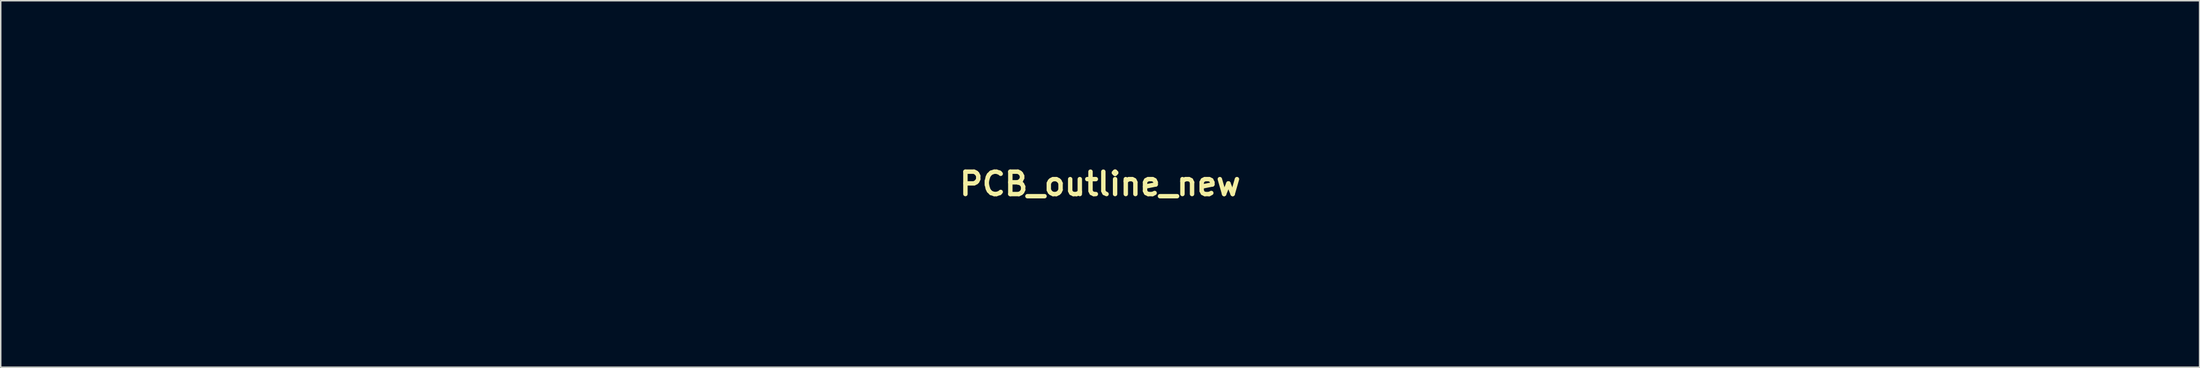
<source format=kicad_pcb>
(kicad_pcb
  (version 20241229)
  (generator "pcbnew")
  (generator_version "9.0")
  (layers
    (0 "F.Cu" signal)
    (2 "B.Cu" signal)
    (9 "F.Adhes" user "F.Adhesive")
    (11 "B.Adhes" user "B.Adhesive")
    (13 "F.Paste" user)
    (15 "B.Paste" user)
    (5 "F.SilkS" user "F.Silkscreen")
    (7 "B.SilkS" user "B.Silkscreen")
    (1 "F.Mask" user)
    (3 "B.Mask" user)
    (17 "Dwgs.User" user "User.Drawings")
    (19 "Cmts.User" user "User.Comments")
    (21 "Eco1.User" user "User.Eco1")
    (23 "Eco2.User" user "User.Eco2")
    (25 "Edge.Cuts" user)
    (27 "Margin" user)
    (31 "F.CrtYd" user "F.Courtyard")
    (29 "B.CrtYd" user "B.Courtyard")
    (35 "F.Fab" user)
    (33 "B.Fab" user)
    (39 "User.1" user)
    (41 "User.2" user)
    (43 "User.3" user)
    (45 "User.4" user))
  (footprint "PCB_outline_new"
    (layer "F.Cu")
    (at 71.634 9.467)
    (property "Reference" "PCB_outline_new" (at 0 0 0) (layer "F.SilkS") (effects (font (size 1.524 1.524) (thickness 0.3))))
    (attr through_hole)
    (fp_poly (pts (xy -36.276 -9.462) (xy -34.532 -9.462) (xy -32.736 -9.462) (xy -30.887 -9.462) (xy -28.985 -9.462) (xy -27.029 -9.462) (xy -25.018 -9.462) (xy -22.952 -9.461) (xy -20.831 -9.461) (xy -18.653 -9.461) (xy -16.419 -9.461) (xy -14.127 -9.46) (xy -11.777 -9.46) (xy -9.369 -9.46) (xy -6.902 -9.459) (xy -4.374 -9.459) (xy -1.787 -9.458) (xy 0.061 -9.458) (xy 2.134 -9.458) (xy 4.193 -9.457) (xy 6.237 -9.457) (xy 8.264 -9.457) (xy 10.275 -9.456) (xy 12.268 -9.456) (xy 14.242 -9.455) (xy 16.196 -9.455) (xy 18.13 -9.454) (xy 20.043 -9.454) (xy 21.934 -9.453) (xy 23.802 -9.453) (xy 25.646 -9.452) (xy 27.465 -9.452) (xy 29.259 -9.451) (xy 31.026 -9.45) (xy 32.766 -9.45) (xy 34.478 -9.449) (xy 36.161 -9.449) (xy 37.814 -9.448) (xy 39.436 -9.447) (xy 41.027 -9.447) (xy 42.586 -9.446) (xy 44.111 -9.445) (xy 45.601 -9.445) (xy 47.057 -9.444) (xy 48.477 -9.443) (xy 49.86 -9.443) (xy 51.206 -9.442) (xy 52.513 -9.441) (xy 53.781 -9.441) (xy 55.009 -9.44) (xy 56.195 -9.439) (xy 57.34 -9.438) (xy 58.442 -9.438) (xy 59.501 -9.437) (xy 60.514 -9.436) (xy 61.483 -9.436) (xy 62.405 -9.435) (xy 63.281 -9.434) (xy 64.108 -9.433) (xy 64.886 -9.433) (xy 65.615 -9.432) (xy 66.294 -9.431) (xy 66.921 -9.43) (xy 67.496 -9.43) (xy 68.017 -9.429) (xy 68.485 -9.428) (xy 68.898 -9.428) (xy 69.255 -9.427) (xy 69.556 -9.426) (xy 69.8 -9.425) (xy 69.985 -9.425) (xy 70.111 -9.424) (xy 70.177 -9.423) (xy 70.187 -9.423) (xy 70.271 -9.403) (xy 70.326 -9.38) (xy 70.335 -9.372) (xy 70.376 -9.349) (xy 70.41 -9.345) (xy 70.484 -9.326) (xy 70.591 -9.275) (xy 70.717 -9.201) (xy 70.848 -9.112) (xy 70.972 -9.016) (xy 71.058 -8.939) (xy 71.185 -8.807) (xy 71.281 -8.684) (xy 71.366 -8.544) (xy 71.426 -8.426) (xy 71.459 -8.359) (xy 71.488 -8.3) (xy 71.513 -8.243) (xy 71.536 -8.186) (xy 71.556 -8.124) (xy 71.572 -8.053) (xy 71.587 -7.971) (xy 71.599 -7.872) (xy 71.608 -7.754) (xy 71.616 -7.612) (xy 71.622 -7.444) (xy 71.627 -7.244) (xy 71.63 -7.009) (xy 71.632 -6.736) (xy 71.634 -6.42) (xy 71.635 -6.058) (xy 71.635 -5.647) (xy 71.635 -5.181) (xy 71.635 -4.658) (xy 71.635 -1.501) (xy 70.854 -1.501) (xy 70.56 -1.5) (xy 70.321 -1.495) (xy 70.13 -1.486) (xy 69.981 -1.472) (xy 69.869 -1.454) (xy 69.785 -1.429) (xy 69.735 -1.405) (xy 69.673 -1.371) (xy 69.61 -1.34) (xy 69.514 -1.28) (xy 69.409 -1.193) (xy 69.305 -1.091) (xy 69.216 -0.986) (xy 69.151 -0.891) (xy 69.123 -0.818) (xy 69.122 -0.811) (xy 69.106 -0.742) (xy 69.087 -0.712) (xy 69.069 -0.663) (xy 69.057 -0.561) (xy 69.052 -0.413) (xy 69.052 -0.371) (xy 69.054 -0.222) (xy 69.062 -0.116) (xy 69.079 -0.031) (xy 69.109 0.05) (xy 69.136 0.107) (xy 69.264 0.308) (xy 69.433 0.484) (xy 69.629 0.623) (xy 69.839 0.714) (xy 69.873 0.723) (xy 69.927 0.73) (xy 70.034 0.736) (xy 70.184 0.743) (xy 70.368 0.748) (xy 70.577 0.753) (xy 70.801 0.757) (xy 71.637 0.768) (xy 71.626 1.387) (xy 71.621 1.582) (xy 71.615 1.761) (xy 71.608 1.914) (xy 71.6 2.028) (xy 71.593 2.094) (xy 71.592 2.099) (xy 71.534 2.277) (xy 71.447 2.47) (xy 71.342 2.663) (xy 71.227 2.839) (xy 71.112 2.982) (xy 71.041 3.051) (xy 70.902 3.163) (xy 70.804 3.236) (xy 70.743 3.273) (xy 70.723 3.278) (xy 70.683 3.299) (xy 70.639 3.34) (xy 70.585 3.386) (xy 70.547 3.401) (xy 70.501 3.422) (xy 70.455 3.462) (xy 70.401 3.508) (xy 70.363 3.524) (xy 70.317 3.544) (xy 70.271 3.585) (xy 70.217 3.631) (xy 70.179 3.646) (xy 70.133 3.667) (xy 70.087 3.707) (xy 70.033 3.753) (xy 69.996 3.769) (xy 69.949 3.789) (xy 69.904 3.83) (xy 69.849 3.876) (xy 69.811 3.891) (xy 69.761 3.913) (xy 69.736 3.936) (xy 69.705 3.961) (xy 69.629 4.015) (xy 69.518 4.093) (xy 69.379 4.19) (xy 69.219 4.3) (xy 69.046 4.418) (xy 68.868 4.539) (xy 68.692 4.659) (xy 68.525 4.771) (xy 68.375 4.871) (xy 68.25 4.953) (xy 68.158 5.013) (xy 68.109 5.043) (xy 68.038 5.091) (xy 67.994 5.127) (xy 67.939 5.167) (xy 67.907 5.178) (xy 67.865 5.199) (xy 67.82 5.239) (xy 67.766 5.285) (xy 67.728 5.301) (xy 67.682 5.321) (xy 67.636 5.362) (xy 67.582 5.408) (xy 67.544 5.423) (xy 67.498 5.444) (xy 67.452 5.484) (xy 67.398 5.53) (xy 67.361 5.546) (xy 67.314 5.567) (xy 67.269 5.607) (xy 67.215 5.653) (xy 67.177 5.668) (xy 67.131 5.689) (xy 67.085 5.73) (xy 67.031 5.775) (xy 66.993 5.791) (xy 66.947 5.812) (xy 66.901 5.852) (xy 66.847 5.898) (xy 66.809 5.913) (xy 66.763 5.934) (xy 66.717 5.975) (xy 66.663 6.021) (xy 66.625 6.036) (xy 66.579 6.057) (xy 66.533 6.097) (xy 66.479 6.143) (xy 66.441 6.159) (xy 66.395 6.179) (xy 66.349 6.22) (xy 66.295 6.266) (xy 66.258 6.281) (xy 66.211 6.302) (xy 66.166 6.342) (xy 66.112 6.388) (xy 66.074 6.404) (xy 66.028 6.424) (xy 65.982 6.465) (xy 65.928 6.511) (xy 65.89 6.526) (xy 65.844 6.547) (xy 65.798 6.587) (xy 65.744 6.633) (xy 65.706 6.649) (xy 65.66 6.67) (xy 65.614 6.71) (xy 65.56 6.756) (xy 65.522 6.771) (xy 65.476 6.792) (xy 65.43 6.833) (xy 65.376 6.879) (xy 65.338 6.894) (xy 65.292 6.915) (xy 65.246 6.955) (xy 65.192 7.001) (xy 65.155 7.016) (xy 65.108 7.037) (xy 65.063 7.078) (xy 65.009 7.124) (xy 64.971 7.139) (xy 64.924 7.16) (xy 64.879 7.2) (xy 64.825 7.246) (xy 64.787 7.262) (xy 64.741 7.282) (xy 64.695 7.323) (xy 64.641 7.369) (xy 64.602 7.384) (xy 64.552 7.405) (xy 64.528 7.429) (xy 64.496 7.454) (xy 64.421 7.508) (xy 64.31 7.586) (xy 64.171 7.682) (xy 64.011 7.792) (xy 63.838 7.911) (xy 63.659 8.032) (xy 63.483 8.151) (xy 63.316 8.264) (xy 63.167 8.364) (xy 63.042 8.446) (xy 62.949 8.506) (xy 62.9 8.536) (xy 62.829 8.584) (xy 62.785 8.62) (xy 62.73 8.659) (xy 62.698 8.671) (xy 62.656 8.692) (xy 62.611 8.732) (xy 62.557 8.778) (xy 62.52 8.793) (xy 62.473 8.814) (xy 62.428 8.855) (xy 62.374 8.901) (xy 62.336 8.916) (xy 62.29 8.937) (xy 62.244 8.977) (xy 62.189 9.023) (xy 62.151 9.039) (xy 62.102 9.06) (xy 62.074 9.086) (xy 62.023 9.129) (xy 61.942 9.179) (xy 61.909 9.196) (xy 61.801 9.25) (xy 61.682 9.311) (xy 61.646 9.33) (xy 61.552 9.373) (xy 61.47 9.4) (xy 61.441 9.404) (xy 61.379 9.418) (xy 61.355 9.437) (xy 61.324 9.438) (xy 61.233 9.439) (xy 61.082 9.44) (xy 60.874 9.441) (xy 60.609 9.442) (xy 60.288 9.444) (xy 59.913 9.445) (xy 59.484 9.446) (xy 59.003 9.447) (xy 58.471 9.447) (xy 57.888 9.448) (xy 57.257 9.449) (xy 56.577 9.45) (xy 55.851 9.451) (xy 55.08 9.452) (xy 54.264 9.453) (xy 53.404 9.454) (xy 52.502 9.454) (xy 51.56 9.455) (xy 50.577 9.456) (xy 49.555 9.457) (xy 48.495 9.457) (xy 47.399 9.458) (xy 46.267 9.459) (xy 45.101 9.459) (xy 43.901 9.46) (xy 42.669 9.461) (xy 41.406 9.461) (xy 40.114 9.462) (xy 38.792 9.462) (xy 37.443 9.463) (xy 36.067 9.463) (xy 34.665 9.464) (xy 33.239 9.464) (xy 31.79 9.465) (xy 30.319 9.465) (xy 28.827 9.465) (xy 27.315 9.466) (xy 25.784 9.466) (xy 24.235 9.466) (xy 22.67 9.467) (xy 21.09 9.467) (xy 19.495 9.467) (xy 17.887 9.468) (xy 16.267 9.468) (xy 14.636 9.468) (xy 12.995 9.468) (xy 11.346 9.468) (xy 9.688 9.468) (xy 8.025 9.469) (xy 6.356 9.469) (xy 4.683 9.469) (xy 3.007 9.469) (xy 1.328 9.469) (xy -0.351 9.469) (xy -2.03 9.469) (xy -3.707 9.469) (xy -5.382 9.469) (xy -7.054 9.469) (xy -8.72 9.469) (xy -10.381 9.468) (xy -12.035 9.468) (xy -13.681 9.468) (xy -15.318 9.468) (xy -16.944 9.468) (xy -18.559 9.467) (xy -20.161 9.467) (xy -21.75 9.467) (xy -23.324 9.467) (xy -24.882 9.466) (xy -26.423 9.466) (xy -27.946 9.466) (xy -29.449 9.465) (xy -30.932 9.465) (xy -32.394 9.464) (xy -33.833 9.464) (xy -35.248 9.464) (xy -36.639 9.463) (xy -38.004 9.463) (xy -39.341 9.462) (xy -40.65 9.462) (xy -41.93 9.461) (xy -43.18 9.46) (xy -44.397 9.46) (xy -45.583 9.459) (xy -46.734 9.458) (xy -47.851 9.458) (xy -48.931 9.457) (xy -49.974 9.456) (xy -50.979 9.456) (xy -51.945 9.455) (xy -52.87 9.454) (xy -53.754 9.453) (xy -54.594 9.452) (xy -55.391 9.452) (xy -56.143 9.451) (xy -56.849 9.45) (xy -57.507 9.449) (xy -58.117 9.448) (xy -58.678 9.447) (xy -59.188 9.446) (xy -59.647 9.445) (xy -60.052 9.444) (xy -60.404 9.443) (xy -60.701 9.442) (xy -60.941 9.441) (xy -61.124 9.44) (xy -61.249 9.439) (xy -61.314 9.438) (xy -61.325 9.437) (xy -61.367 9.413) (xy -61.417 9.406) (xy -61.481 9.395) (xy -61.508 9.376) (xy -61.552 9.349) (xy -61.582 9.345) (xy -61.618 9.341) (xy -61.663 9.327) (xy -61.722 9.299) (xy -61.802 9.254) (xy -61.909 9.187) (xy -62.048 9.096) (xy -62.227 8.977) (xy -62.43 8.84) (xy -62.582 8.737) (xy -62.777 8.605) (xy -63.006 8.45) (xy -63.261 8.278) (xy -63.534 8.094) (xy -63.816 7.903) (xy -64.1 7.712) (xy -64.343 7.549) (xy -64.654 7.339) (xy -65.003 7.103) (xy -65.376 6.852) (xy -65.76 6.593) (xy -66.141 6.337) (xy -66.506 6.091) (xy -66.841 5.865) (xy -66.978 5.772) (xy -67.293 5.56) (xy -67.643 5.324) (xy -68.013 5.075) (xy -68.392 4.82) (xy -68.765 4.57) (xy -69.116 4.334) (xy -61.699 4.334) (xy -61.678 4.437) (xy -61.63 4.551) (xy -61.562 4.66) (xy -61.485 4.749) (xy -61.406 4.802) (xy -61.366 4.81) (xy -61.31 4.826) (xy -61.294 4.841) (xy -61.253 4.862) (xy -61.179 4.872) (xy -61.171 4.872) (xy -61.096 4.863) (xy -61.051 4.843) (xy -61.049 4.841) (xy -61.006 4.817) (xy -60.961 4.81) (xy -60.89 4.784) (xy -60.808 4.715) (xy -60.729 4.615) (xy -60.704 4.573) (xy -60.684 4.507) (xy -60.67 4.404) (xy -60.669 4.375) (xy -57.663 4.375) (xy -57.645 4.562) (xy -57.587 4.704) (xy -57.486 4.805) (xy -57.339 4.869) (xy -57.148 4.898) (xy -57.078 4.888) (xy -56.984 4.858) (xy -56.944 4.841) (xy -56.812 4.762) (xy -56.729 4.661) (xy -56.687 4.526) (xy -56.679 4.412) (xy -53.68 4.412) (xy -53.677 4.517) (xy -53.662 4.588) (xy -53.625 4.648) (xy -53.554 4.724) (xy -53.545 4.733) (xy -53.446 4.82) (xy -53.36 4.866) (xy -53.292 4.88) (xy -53.115 4.884) (xy -52.962 4.856) (xy -52.85 4.799) (xy -52.85 4.799) (xy -52.78 4.723) (xy -52.733 4.642) (xy -52.697 4.559) (xy -52.667 4.497) (xy -52.643 4.421) (xy -52.641 4.341) (xy -52.642 4.339) (xy 48.657 4.339) (xy 48.669 4.473) (xy 48.699 4.583) (xy 48.703 4.59) (xy 48.77 4.685) (xy 48.86 4.762) (xy 48.953 4.806) (xy 48.988 4.81) (xy 49.047 4.824) (xy 49.069 4.841) (xy 49.115 4.866) (xy 49.195 4.87) (xy 49.285 4.853) (xy 49.334 4.833) (xy 49.493 4.725) (xy 49.605 4.586) (xy 49.632 4.535) (xy 49.677 4.418) (xy 49.684 4.376) (xy 52.639 4.376) (xy 52.653 4.478) (xy 52.684 4.578) (xy 52.703 4.617) (xy 52.801 4.755) (xy 52.916 4.842) (xy 53.059 4.883) (xy 53.239 4.882) (xy 53.265 4.879) (xy 53.356 4.862) (xy 53.425 4.839) (xy 53.434 4.834) (xy 53.479 4.794) (xy 53.542 4.723) (xy 53.581 4.674) (xy 53.661 4.524) (xy 53.681 4.381) (xy 56.621 4.381) (xy 56.631 4.452) (xy 56.652 4.489) (xy 56.676 4.531) (xy 56.683 4.58) (xy 56.708 4.648) (xy 56.773 4.727) (xy 56.862 4.802) (xy 56.957 4.858) (xy 57.031 4.881) (xy 57.205 4.884) (xy 57.364 4.848) (xy 57.469 4.792) (xy 57.578 4.681) (xy 57.641 4.541) (xy 57.661 4.382) (xy 60.653 4.382) (xy 60.675 4.534) (xy 60.733 4.672) (xy 60.824 4.785) (xy 60.943 4.859) (xy 61.019 4.88) (xy 61.145 4.894) (xy 61.237 4.891) (xy 61.323 4.868) (xy 61.385 4.841) (xy 61.517 4.762) (xy 61.6 4.661) (xy 61.642 4.526) (xy 61.651 4.406) (xy 61.632 4.216) (xy 61.569 4.069) (xy 61.463 3.966) (xy 61.315 3.906) (xy 61.161 3.891) (xy 60.999 3.905) (xy 60.877 3.949) (xy 60.78 4.033) (xy 60.739 4.087) (xy 60.673 4.229) (xy 60.653 4.382) (xy 57.661 4.382) (xy 57.663 4.363) (xy 57.663 4.345) (xy 57.661 4.244) (xy 57.646 4.176) (xy 57.609 4.117) (xy 57.539 4.044) (xy 57.523 4.028) (xy 57.382 3.891) (xy 57.155 3.891) (xy 57.037 3.893) (xy 56.96 3.902) (xy 56.905 3.925) (xy 56.849 3.971) (xy 56.805 4.014) (xy 56.737 4.092) (xy 56.693 4.162) (xy 56.683 4.196) (xy 56.669 4.254) (xy 56.652 4.274) (xy 56.63 4.316) (xy 56.621 4.381) (xy 53.681 4.381) (xy 53.683 4.368) (xy 53.648 4.213) (xy 53.558 4.067) (xy 53.472 3.984) (xy 53.405 3.934) (xy 53.342 3.906) (xy 53.262 3.894) (xy 53.146 3.891) (xy 53.031 3.893) (xy 52.956 3.904) (xy 52.899 3.931) (xy 52.84 3.981) (xy 52.816 4.005) (xy 52.75 4.079) (xy 52.708 4.144) (xy 52.7 4.171) (xy 52.684 4.227) (xy 52.669 4.244) (xy 52.644 4.291) (xy 52.639 4.376) (xy 49.684 4.376) (xy 49.696 4.314) (xy 49.687 4.239) (xy 49.666 4.213) (xy 49.642 4.17) (xy 49.636 4.125) (xy 49.61 4.053) (xy 49.541 3.971) (xy 49.442 3.895) (xy 49.385 3.863) (xy 49.287 3.837) (xy 49.147 3.834) (xy 49.121 3.835) (xy 48.999 3.851) (xy 48.912 3.882) (xy 48.833 3.939) (xy 48.759 4.012) (xy 48.702 4.086) (xy 48.692 4.104) (xy 48.664 4.206) (xy 48.657 4.339) (xy -52.642 4.339) (xy -52.659 4.283) (xy -52.669 4.274) (xy -52.694 4.231) (xy -52.701 4.188) (xy -52.718 4.111) (xy -52.774 4.038) (xy -52.873 3.959) (xy -52.943 3.92) (xy -53.026 3.899) (xy -53.143 3.892) (xy -53.179 3.892) (xy -53.294 3.895) (xy -53.37 3.907) (xy -53.427 3.935) (xy -53.488 3.987) (xy -53.496 3.995) (xy -53.593 4.096) (xy -53.649 4.187) (xy -53.675 4.291) (xy -53.68 4.412) (xy -56.679 4.412) (xy -56.678 4.406) (xy -56.698 4.216) (xy -56.76 4.069) (xy -56.866 3.966) (xy -57.014 3.906) (xy -57.168 3.891) (xy -57.354 3.913) (xy -57.497 3.978) (xy -57.596 4.086) (xy -57.651 4.237) (xy -57.663 4.375) (xy -60.669 4.375) (xy -60.666 4.308) (xy -60.666 4.111) (xy -60.822 3.971) (xy -60.91 3.895) (xy -60.976 3.853) (xy -61.043 3.835) (xy -61.133 3.83) (xy -61.155 3.83) (xy -61.274 3.839) (xy -61.382 3.861) (xy -61.426 3.878) (xy -61.514 3.939) (xy -61.59 4.022) (xy -61.638 4.107) (xy -61.646 4.149) (xy -61.662 4.215) (xy -61.683 4.257) (xy -61.699 4.334) (xy -69.116 4.334) (xy -69.12 4.332) (xy -69.443 4.115) (xy -69.582 4.022) (xy -69.913 3.8) (xy -70.197 3.608) (xy -70.438 3.441) (xy -70.641 3.298) (xy -70.81 3.173) (xy -70.949 3.064) (xy -71.063 2.966) (xy -71.155 2.877) (xy -71.231 2.792) (xy -71.294 2.708) (xy -71.349 2.621) (xy -71.4 2.528) (xy -71.426 2.477) (xy -71.441 2.446) (xy -36.196 2.446) (xy -36.14 2.612) (xy -36.074 2.718) (xy -35.952 2.834) (xy -35.803 2.897) (xy -35.635 2.905) (xy -35.508 2.876) (xy -35.358 2.795) (xy -35.249 2.671) (xy -35.217 2.608) (xy -35.195 2.529) (xy -35.18 2.43) (xy -35.179 2.406) (xy -32.181 2.406) (xy -32.179 2.517) (xy -32.167 2.59) (xy -32.137 2.648) (xy -32.08 2.712) (xy -32.077 2.714) (xy -31.938 2.833) (xy -31.798 2.894) (xy -31.645 2.901) (xy -31.521 2.875) (xy -31.403 2.814) (xy -31.296 2.716) (xy -31.241 2.647) (xy -31.209 2.587) (xy -31.195 2.516) (xy -31.191 2.41) (xy -31.191 2.372) (xy -31.191 2.265) (xy -28.185 2.265) (xy -28.184 2.367) (xy -28.182 2.412) (xy -28.174 2.531) (xy -28.159 2.61) (xy -28.13 2.669) (xy -28.079 2.729) (xy -28.067 2.741) (xy -27.995 2.805) (xy -27.931 2.844) (xy -27.908 2.849) (xy -27.852 2.865) (xy -27.836 2.88) (xy -27.791 2.903) (xy -27.709 2.91) (xy -27.612 2.9) (xy -27.523 2.874) (xy -27.371 2.78) (xy -27.261 2.647) (xy -27.199 2.489) (xy -27.193 2.367) (xy -21.693 2.367) (xy -21.686 2.477) (xy -21.669 2.571) (xy -21.654 2.612) (xy -21.589 2.709) (xy -21.514 2.79) (xy -21.445 2.84) (xy -21.413 2.849) (xy -21.357 2.865) (xy -21.34 2.88) (xy -21.294 2.904) (xy -21.21 2.909) (xy -21.108 2.896) (xy -21.015 2.867) (xy -20.867 2.774) (xy -20.758 2.639) (xy -20.695 2.473) (xy -20.687 2.404) (xy -17.71 2.404) (xy -17.697 2.538) (xy -17.653 2.647) (xy -17.569 2.744) (xy -17.437 2.841) (xy -17.388 2.871) (xy -17.295 2.901) (xy -17.173 2.907) (xy -17.052 2.89) (xy -17.014 2.878) (xy -16.9 2.811) (xy -16.791 2.708) (xy -16.713 2.593) (xy -16.685 2.509) (xy -16.671 2.408) (xy -16.671 2.407) (xy -13.721 2.407) (xy -13.674 2.564) (xy -13.649 2.613) (xy -13.536 2.77) (xy -13.404 2.869) (xy -13.252 2.91) (xy -13.08 2.894) (xy -13.019 2.876) (xy -12.92 2.828) (xy -12.83 2.761) (xy -12.767 2.689) (xy -12.746 2.631) (xy -12.73 2.575) (xy -12.715 2.558) (xy -12.694 2.515) (xy -12.687 2.446) (xy -9.705 2.446) (xy -9.666 2.596) (xy -9.576 2.725) (xy -9.572 2.73) (xy -9.434 2.841) (xy -9.299 2.897) (xy -9.153 2.901) (xy -9.032 2.875) (xy -8.913 2.814) (xy -8.804 2.714) (xy -8.749 2.647) (xy -8.718 2.592) (xy -8.705 2.529) (xy -8.704 2.499) (xy 8.693 2.499) (xy 8.701 2.575) (xy 8.724 2.631) (xy 8.768 2.685) (xy 8.795 2.714) (xy 8.934 2.833) (xy 9.075 2.894) (xy 9.227 2.901) (xy 9.351 2.875) (xy 9.47 2.814) (xy 9.577 2.716) (xy 9.632 2.647) (xy 9.664 2.587) (xy 9.678 2.516) (xy 9.682 2.41) (xy 9.682 2.372) (xy 9.682 2.367) (xy 12.685 2.367) (xy 12.691 2.477) (xy 12.708 2.571) (xy 12.723 2.612) (xy 12.789 2.709) (xy 12.863 2.79) (xy 12.932 2.84) (xy 12.964 2.849) (xy 13.021 2.865) (xy 13.037 2.88) (xy 13.084 2.905) (xy 13.17 2.91) (xy 13.273 2.896) (xy 13.374 2.864) (xy 13.41 2.847) (xy 13.506 2.78) (xy 13.59 2.691) (xy 13.648 2.601) (xy 13.665 2.535) (xy 13.682 2.481) (xy 13.696 2.466) (xy 13.723 2.417) (xy 13.718 2.354) (xy 16.669 2.354) (xy 16.678 2.463) (xy 16.703 2.577) (xy 16.704 2.581) (xy 16.743 2.668) (xy 16.809 2.745) (xy 16.915 2.825) (xy 16.99 2.871) (xy 17.083 2.901) (xy 17.205 2.907) (xy 17.326 2.89) (xy 17.363 2.878) (xy 17.477 2.811) (xy 17.586 2.708) (xy 17.665 2.593) (xy 17.702 2.467) (xy 17.702 2.446) (xy 20.67 2.446) (xy 20.726 2.612) (xy 20.793 2.718) (xy 20.915 2.834) (xy 21.063 2.897) (xy 21.231 2.905) (xy 21.359 2.876) (xy 21.51 2.794) (xy 21.624 2.666) (xy 21.647 2.624) (xy 21.67 2.554) (xy 21.685 2.458) (xy 21.686 2.446) (xy 27.166 2.446) (xy 27.222 2.612) (xy 27.289 2.718) (xy 27.41 2.834) (xy 27.559 2.897) (xy 27.727 2.905) (xy 27.854 2.876) (xy 28.006 2.794) (xy 28.12 2.666) (xy 28.143 2.624) (xy 28.165 2.554) (xy 28.18 2.458) (xy 28.181 2.455) (xy 31.168 2.455) (xy 31.21 2.604) (xy 31.301 2.73) (xy 31.439 2.841) (xy 31.574 2.897) (xy 31.72 2.901) (xy 31.841 2.875) (xy 31.959 2.814) (xy 32.069 2.714) (xy 32.124 2.647) (xy 32.155 2.592) (xy 32.168 2.529) (xy 32.169 2.437) (xy 32.165 2.363) (xy 32.161 2.265) (xy 35.177 2.265) (xy 35.178 2.367) (xy 35.18 2.412) (xy 35.188 2.531) (xy 35.203 2.61) (xy 35.232 2.669) (xy 35.283 2.729) (xy 35.295 2.741) (xy 35.367 2.805) (xy 35.431 2.844) (xy 35.454 2.849) (xy 35.51 2.865) (xy 35.526 2.88) (xy 35.572 2.903) (xy 35.654 2.91) (xy 35.75 2.9) (xy 35.839 2.874) (xy 35.991 2.78) (xy 36.101 2.647) (xy 36.164 2.489) (xy 36.172 2.315) (xy 36.168 2.288) (xy 36.131 2.153) (xy 36.064 2.05) (xy 35.953 1.958) (xy 35.939 1.949) (xy 35.785 1.88) (xy 35.625 1.869) (xy 35.469 1.915) (xy 35.324 2.015) (xy 35.264 2.078) (xy 35.215 2.141) (xy 35.188 2.196) (xy 35.177 2.265) (xy 32.161 2.265) (xy 32.154 2.136) (xy 32.007 2.003) (xy 31.922 1.93) (xy 31.857 1.89) (xy 31.787 1.873) (xy 31.686 1.869) (xy 31.669 1.869) (xy 31.561 1.872) (xy 31.489 1.886) (xy 31.429 1.923) (xy 31.355 1.991) (xy 31.35 1.996) (xy 31.239 2.141) (xy 31.178 2.297) (xy 31.168 2.455) (xy 28.181 2.455) (xy 28.187 2.355) (xy 28.186 2.262) (xy 28.175 2.196) (xy 28.158 2.175) (xy 28.129 2.151) (xy 28.127 2.135) (xy 28.104 2.084) (xy 28.048 2.02) (xy 27.979 1.963) (xy 27.917 1.932) (xy 27.905 1.93) (xy 27.85 1.914) (xy 27.836 1.9) (xy 27.797 1.882) (xy 27.717 1.871) (xy 27.654 1.869) (xy 27.554 1.874) (xy 27.481 1.896) (xy 27.407 1.945) (xy 27.358 1.988) (xy 27.234 2.13) (xy 27.17 2.284) (xy 27.166 2.446) (xy 21.686 2.446) (xy 21.692 2.355) (xy 21.69 2.262) (xy 21.679 2.196) (xy 21.662 2.175) (xy 21.634 2.151) (xy 21.631 2.135) (xy 21.608 2.084) (xy 21.552 2.02) (xy 21.483 1.963) (xy 21.422 1.932) (xy 21.409 1.93) (xy 21.355 1.914) (xy 21.34 1.9) (xy 21.301 1.882) (xy 21.222 1.871) (xy 21.159 1.869) (xy 21.059 1.874) (xy 20.985 1.896) (xy 20.912 1.945) (xy 20.862 1.988) (xy 20.738 2.13) (xy 20.674 2.284) (xy 20.67 2.446) (xy 17.702 2.446) (xy 17.704 2.325) (xy 17.676 2.187) (xy 17.62 2.073) (xy 17.579 2.029) (xy 17.438 1.941) (xy 17.284 1.886) (xy 17.133 1.868) (xy 17.001 1.891) (xy 16.966 1.907) (xy 16.869 1.973) (xy 16.788 2.047) (xy 16.738 2.116) (xy 16.729 2.149) (xy 16.714 2.205) (xy 16.698 2.221) (xy 16.676 2.267) (xy 16.669 2.354) (xy 13.718 2.354) (xy 13.717 2.333) (xy 13.683 2.228) (xy 13.626 2.117) (xy 13.55 2.014) (xy 13.436 1.929) (xy 13.292 1.88) (xy 13.136 1.872) (xy 12.988 1.907) (xy 12.966 1.917) (xy 12.886 1.971) (xy 12.801 2.05) (xy 12.777 2.077) (xy 12.722 2.154) (xy 12.694 2.228) (xy 12.685 2.327) (xy 12.685 2.367) (xy 9.682 2.367) (xy 9.682 2.15) (xy 9.526 2.01) (xy 9.438 1.934) (xy 9.372 1.892) (xy 9.305 1.874) (xy 9.215 1.869) (xy 9.191 1.869) (xy 9.093 1.872) (xy 9.024 1.886) (xy 8.962 1.921) (xy 8.884 1.987) (xy 8.854 2.015) (xy 8.696 2.16) (xy 8.693 2.382) (xy 8.693 2.499) (xy -8.704 2.499) (xy -8.704 2.437) (xy -8.707 2.363) (xy -8.718 2.136) (xy -8.866 2.003) (xy -8.951 1.93) (xy -9.016 1.89) (xy -9.086 1.873) (xy -9.187 1.869) (xy -9.204 1.869) (xy -9.312 1.872) (xy -9.385 1.887) (xy -9.446 1.923) (xy -9.521 1.992) (xy -9.632 2.132) (xy -9.693 2.287) (xy -9.705 2.446) (xy -12.687 2.446) (xy -12.686 2.433) (xy -12.689 2.333) (xy -12.705 2.236) (xy -12.721 2.184) (xy -12.775 2.09) (xy -12.845 2.005) (xy -12.916 1.947) (xy -12.964 1.93) (xy -13.021 1.915) (xy -13.037 1.9) (xy -13.076 1.882) (xy -13.156 1.871) (xy -13.217 1.869) (xy -13.323 1.875) (xy -13.4 1.9) (xy -13.481 1.957) (xy -13.505 1.977) (xy -13.637 2.117) (xy -13.709 2.259) (xy -13.721 2.407) (xy -16.671 2.407) (xy -16.671 2.311) (xy -16.686 2.241) (xy -16.702 2.219) (xy -16.736 2.179) (xy -16.773 2.108) (xy -16.776 2.102) (xy -16.842 2.01) (xy -16.944 1.937) (xy -17.113 1.877) (xy -17.276 1.873) (xy -17.426 1.918) (xy -17.553 2.008) (xy -17.648 2.137) (xy -17.701 2.3) (xy -17.71 2.404) (xy -20.687 2.404) (xy -20.682 2.349) (xy -20.71 2.206) (xy -20.787 2.075) (xy -20.901 1.967) (xy -21.038 1.894) (xy -21.18 1.869) (xy -21.35 1.895) (xy -21.496 1.974) (xy -21.6 2.077) (xy -21.655 2.154) (xy -21.683 2.228) (xy -21.692 2.327) (xy -21.693 2.367) (xy -27.193 2.367) (xy -27.19 2.315) (xy -27.194 2.288) (xy -27.231 2.153) (xy -27.298 2.05) (xy -27.409 1.958) (xy -27.423 1.949) (xy -27.577 1.88) (xy -27.737 1.869) (xy -27.893 1.915) (xy -28.038 2.015) (xy -28.098 2.078) (xy -28.147 2.141) (xy -28.174 2.196) (xy -28.185 2.265) (xy -31.191 2.265) (xy -31.191 2.15) (xy -31.347 2.01) (xy -31.434 1.935) (xy -31.499 1.893) (xy -31.566 1.874) (xy -31.658 1.869) (xy -31.692 1.869) (xy -31.803 1.873) (xy -31.877 1.889) (xy -31.937 1.925) (xy -31.981 1.963) (xy -32.083 2.069) (xy -32.143 2.165) (xy -32.173 2.272) (xy -32.181 2.406) (xy -35.179 2.406) (xy -35.175 2.327) (xy -35.178 2.24) (xy -35.192 2.185) (xy -35.205 2.175) (xy -35.233 2.151) (xy -35.235 2.135) (xy -35.258 2.084) (xy -35.315 2.02) (xy -35.383 1.963) (xy -35.445 1.932) (xy -35.457 1.93) (xy -35.512 1.914) (xy -35.526 1.9) (xy -35.565 1.882) (xy -35.645 1.871) (xy -35.708 1.869) (xy -35.808 1.874) (xy -35.881 1.896) (xy -35.955 1.945) (xy -36.005 1.988) (xy -36.128 2.13) (xy -36.192 2.284) (xy -36.196 2.446) (xy -71.441 2.446) (xy -71.489 2.342) (xy -71.544 2.214) (xy -71.581 2.11) (xy -71.593 2.068) (xy -71.6 1.999) (xy -71.607 1.88) (xy -71.613 1.725) (xy -71.617 1.545) (xy -71.618 1.363) (xy -71.619 0.781) (xy -70.792 0.764) (xy -70.569 0.759) (xy -70.363 0.752) (xy -70.183 0.745) (xy -70.038 0.737) (xy -69.937 0.73) (xy -69.888 0.723) (xy -69.686 0.637) (xy -69.495 0.517) (xy -69.359 0.398) (xy -61.708 0.398) (xy -61.698 0.468) (xy -61.677 0.506) (xy -61.653 0.548) (xy -61.646 0.597) (xy -61.618 0.672) (xy -61.536 0.763) (xy -61.518 0.779) (xy -61.446 0.837) (xy -61.386 0.87) (xy -61.314 0.884) (xy -61.21 0.888) (xy -61.174 0.888) (xy -61.057 0.885) (xy -60.98 0.874) (xy -60.923 0.848) (xy -60.865 0.8) (xy -60.85 0.785) (xy -60.777 0.709) (xy -60.719 0.639) (xy -60.704 0.618) (xy -60.677 0.531) (xy -60.667 0.41) (xy -60.668 0.389) (xy -57.663 0.389) (xy -57.663 0.615) (xy -57.523 0.752) (xy -57.446 0.824) (xy -57.387 0.865) (xy -57.323 0.883) (xy -57.232 0.888) (xy -57.169 0.889) (xy -57.056 0.887) (xy -56.982 0.876) (xy -56.925 0.848) (xy -56.862 0.794) (xy -56.823 0.755) (xy -56.726 0.631) (xy -56.676 0.497) (xy -56.675 0.424) (xy -53.679 0.424) (xy -53.674 0.531) (xy -53.655 0.608) (xy -53.611 0.674) (xy -53.532 0.748) (xy -53.482 0.79) (xy -53.398 0.849) (xy -53.322 0.879) (xy -53.222 0.888) (xy -53.188 0.889) (xy -53.071 0.88) (xy -52.964 0.858) (xy -52.92 0.841) (xy -52.833 0.78) (xy -52.758 0.699) (xy -52.709 0.615) (xy -52.7 0.572) (xy -52.682 0.518) (xy -52.669 0.506) (xy -52.667 0.502) (xy -49.696 0.502) (xy -49.653 0.656) (xy -49.559 0.793) (xy -49.417 0.904) (xy -49.413 0.906) (xy -49.318 0.935) (xy -49.191 0.945) (xy -49.06 0.936) (xy -48.95 0.908) (xy -48.936 0.902) (xy -48.815 0.81) (xy -48.723 0.678) (xy -48.669 0.525) (xy -48.663 0.385) (xy -48.665 0.375) (xy 52.638 0.375) (xy 52.664 0.544) (xy 52.742 0.691) (xy 52.847 0.798) (xy 52.91 0.847) (xy 52.966 0.875) (xy 53.034 0.885) (xy 53.137 0.884) (xy 53.181 0.882) (xy 53.302 0.874) (xy 53.382 0.858) (xy 53.441 0.829) (xy 53.496 0.782) (xy 53.611 0.636) (xy 53.673 0.475) (xy 53.675 0.398) (xy 56.621 0.398) (xy 56.631 0.468) (xy 56.652 0.506) (xy 56.676 0.548) (xy 56.683 0.597) (xy 56.711 0.672) (xy 56.793 0.763) (xy 56.811 0.779) (xy 56.883 0.837) (xy 56.943 0.87) (xy 57.015 0.884) (xy 57.119 0.888) (xy 57.156 0.888) (xy 57.272 0.885) (xy 57.349 0.874) (xy 57.406 0.848) (xy 57.464 0.8) (xy 57.479 0.785) (xy 57.553 0.709) (xy 57.611 0.639) (xy 57.625 0.618) (xy 57.651 0.536) (xy 57.662 0.42) (xy 57.661 0.412) (xy 60.667 0.412) (xy 60.667 0.442) (xy 60.674 0.58) (xy 60.701 0.681) (xy 60.759 0.764) (xy 60.857 0.85) (xy 60.896 0.88) (xy 61.003 0.929) (xy 61.139 0.95) (xy 61.279 0.941) (xy 61.35 0.921) (xy 61.416 0.882) (xy 61.497 0.817) (xy 61.533 0.782) (xy 61.619 0.658) (xy 61.657 0.511) (xy 61.65 0.331) (xy 61.644 0.296) (xy 61.61 0.204) (xy 61.549 0.109) (xy 61.475 0.028) (xy 61.402 -0.022) (xy 61.366 -0.031) (xy 61.31 -0.046) (xy 61.294 -0.061) (xy 61.245 -0.087) (xy 61.153 -0.088) (xy 61.031 -0.065) (xy 60.996 -0.056) (xy 60.878 0.005) (xy 60.771 0.103) (xy 60.715 0.173) (xy 60.684 0.233) (xy 60.67 0.305) (xy 60.667 0.412) (xy 57.661 0.412) (xy 57.658 0.295) (xy 57.639 0.187) (xy 57.623 0.144) (xy 57.562 0.06) (xy 57.479 -0.018) (xy 57.392 -0.074) (xy 57.329 -0.092) (xy 57.25 -0.108) (xy 57.203 -0.13) (xy 57.141 -0.153) (xy 57.081 -0.13) (xy 57.007 -0.099) (xy 56.961 -0.092) (xy 56.907 -0.068) (xy 56.837 -0.009) (xy 56.766 0.068) (xy 56.71 0.147) (xy 56.683 0.211) (xy 56.683 0.218) (xy 56.667 0.275) (xy 56.652 0.291) (xy 56.63 0.333) (xy 56.621 0.398) (xy 53.675 0.398) (xy 53.678 0.308) (xy 53.651 0.204) (xy 53.604 0.123) (xy 53.53 0.037) (xy 53.447 -0.036) (xy 53.369 -0.083) (xy 53.333 -0.092) (xy 53.262 -0.107) (xy 53.228 -0.127) (xy 53.187 -0.146) (xy 53.114 -0.138) (xy 53.061 -0.125) (xy 52.902 -0.054) (xy 52.772 0.055) (xy 52.681 0.191) (xy 52.64 0.341) (xy 52.638 0.375) (xy -48.665 0.375) (xy -48.69 0.283) (xy -48.744 0.176) (xy -48.813 0.077) (xy -48.887 0.003) (xy -48.954 -0.03) (xy -48.962 -0.031) (xy -49.02 -0.045) (xy -49.038 -0.061) (xy -49.078 -0.081) (xy -49.154 -0.091) (xy -49.176 -0.092) (xy -49.257 -0.085) (xy -49.309 -0.067) (xy -49.314 -0.061) (xy -49.358 -0.033) (xy -49.377 -0.031) (xy -49.427 -0.011) (xy -49.496 0.036) (xy -49.514 0.051) (xy -49.628 0.189) (xy -49.689 0.343) (xy -49.696 0.502) (xy -52.667 0.502) (xy -52.642 0.453) (xy -52.647 0.353) (xy -52.674 0.239) (xy -52.721 0.14) (xy -52.794 0.043) (xy -52.879 -0.037) (xy -52.96 -0.085) (xy -52.996 -0.092) (xy -53.059 -0.106) (xy -53.085 -0.126) (xy -53.131 -0.146) (xy -53.221 -0.134) (xy -53.346 -0.093) (xy -53.413 -0.064) (xy -53.544 0.027) (xy -53.631 0.16) (xy -53.675 0.333) (xy -53.679 0.424) (xy -56.675 0.424) (xy -56.672 0.338) (xy -56.691 0.222) (xy -56.734 0.118) (xy -56.808 0.02) (xy -56.899 -0.055) (xy -56.989 -0.091) (xy -57.005 -0.092) (xy -57.072 -0.106) (xy -57.1 -0.123) (xy -57.151 -0.137) (xy -57.25 -0.124) (xy -57.296 -0.113) (xy -57.425 -0.066) (xy -57.523 0.005) (xy -57.562 0.047) (xy -57.615 0.112) (xy -57.645 0.17) (xy -57.659 0.241) (xy -57.663 0.347) (xy -57.663 0.389) (xy -60.668 0.389) (xy -60.674 0.281) (xy -60.698 0.167) (xy -60.714 0.128) (xy -60.782 0.032) (xy -60.873 -0.045) (xy -60.967 -0.088) (xy -61 -0.092) (xy -61.079 -0.108) (xy -61.126 -0.13) (xy -61.188 -0.153) (xy -61.248 -0.13) (xy -61.322 -0.099) (xy -61.368 -0.092) (xy -61.422 -0.068) (xy -61.492 -0.009) (xy -61.563 0.068) (xy -61.619 0.147) (xy -61.646 0.211) (xy -61.646 0.218) (xy -61.662 0.275) (xy -61.677 0.291) (xy -61.699 0.333) (xy -61.708 0.398) (xy -69.359 0.398) (xy -69.328 0.372) (xy -69.201 0.215) (xy -69.157 0.136) (xy -69.118 0.054) (xy -69.088 -0.007) (xy -69.076 -0.061) (xy -69.066 -0.158) (xy -69.061 -0.281) (xy -69.061 -0.327) (xy -69.067 -0.514) (xy -69.089 -0.666) (xy -69.132 -0.81) (xy -69.163 -0.889) (xy -69.198 -0.945) (xy -69.261 -1.024) (xy -69.34 -1.113) (xy -69.422 -1.199) (xy -69.496 -1.27) (xy -69.55 -1.312) (xy -69.566 -1.318) (xy -69.61 -1.336) (xy -69.673 -1.378) (xy -69.674 -1.379) (xy -69.761 -1.422) (xy -69.859 -1.439) (xy -69.94 -1.448) (xy -69.995 -1.467) (xy -69.998 -1.47) (xy -70.037 -1.479) (xy -70.131 -1.488) (xy -70.273 -1.496) (xy -70.456 -1.502) (xy -70.675 -1.506) (xy -70.824 -1.508) (xy -71.619 -1.517) (xy -71.62 -1.836) (xy 11.338 -1.836) (xy 11.346 -1.723) (xy 11.362 -1.624) (xy 11.371 -1.59) (xy 11.44 -1.45) (xy 11.542 -1.317) (xy 11.664 -1.203) (xy 11.795 -1.118) (xy 11.92 -1.076) (xy 11.955 -1.073) (xy 12.034 -1.065) (xy 12.083 -1.046) (xy 12.087 -1.042) (xy 12.112 -1.018) (xy 12.155 -1.014) (xy 12.233 -1.029) (xy 12.298 -1.046) (xy 12.404 -1.078) (xy 12.502 -1.115) (xy 12.516 -1.121) (xy 12.624 -1.186) (xy 12.732 -1.279) (xy 12.827 -1.387) (xy 12.897 -1.495) (xy 12.929 -1.588) (xy 12.93 -1.602) (xy 12.94 -1.669) (xy 12.96 -1.7) (xy 12.985 -1.749) (xy 12.989 -1.838) (xy 14.094 -1.838) (xy 14.101 -1.757) (xy 14.119 -1.706) (xy 14.125 -1.7) (xy 14.151 -1.657) (xy 14.155 -1.627) (xy 14.182 -1.522) (xy 14.257 -1.401) (xy 14.374 -1.273) (xy 14.376 -1.271) (xy 14.494 -1.169) (xy 14.588 -1.107) (xy 14.672 -1.078) (xy 14.735 -1.072) (xy 14.806 -1.063) (xy 14.845 -1.042) (xy 14.887 -1.019) (xy 14.958 -1.012) (xy 15.025 -1.02) (xy 15.057 -1.038) (xy 15.095 -1.059) (xy 15.17 -1.079) (xy 15.192 -1.083) (xy 15.28 -1.107) (xy 15.343 -1.141) (xy 15.35 -1.149) (xy 15.401 -1.188) (xy 15.429 -1.195) (xy 15.477 -1.221) (xy 15.541 -1.292) (xy 15.611 -1.395) (xy 15.678 -1.519) (xy 15.684 -1.53) (xy 15.715 -1.622) (xy 15.737 -1.737) (xy 15.748 -1.843) (xy 16.913 -1.843) (xy 16.921 -1.688) (xy 16.941 -1.574) (xy 16.958 -1.532) (xy 17.002 -1.452) (xy 17.031 -1.394) (xy 17.094 -1.307) (xy 17.195 -1.218) (xy 17.313 -1.14) (xy 17.429 -1.088) (xy 17.509 -1.072) (xy 17.574 -1.061) (xy 17.602 -1.042) (xy 17.655 -1.015) (xy 17.759 -1.02) (xy 17.874 -1.046) (xy 18.078 -1.118) (xy 18.236 -1.218) (xy 18.364 -1.356) (xy 18.445 -1.484) (xy 18.5 -1.639) (xy 18.52 -1.824) (xy 18.517 -1.854) (xy 19.67 -1.854) (xy 19.675 -1.75) (xy 19.687 -1.672) (xy 19.701 -1.639) (xy 19.726 -1.597) (xy 19.732 -1.552) (xy 19.758 -1.466) (xy 19.827 -1.366) (xy 19.926 -1.266) (xy 20.041 -1.177) (xy 20.159 -1.109) (xy 20.266 -1.074) (xy 20.295 -1.072) (xy 20.372 -1.064) (xy 20.419 -1.045) (xy 20.421 -1.042) (xy 20.446 -1.018) (xy 20.489 -1.014) (xy 20.566 -1.028) (xy 20.632 -1.045) (xy 20.732 -1.075) (xy 20.821 -1.107) (xy 20.835 -1.113) (xy 20.953 -1.183) (xy 21.067 -1.28) (xy 21.164 -1.39) (xy 21.234 -1.499) (xy 21.263 -1.594) (xy 21.263 -1.599) (xy 21.274 -1.667) (xy 21.294 -1.7) (xy 21.319 -1.749) (xy 21.323 -1.838) (xy 22.428 -1.838) (xy 22.435 -1.757) (xy 22.453 -1.706) (xy 22.459 -1.7) (xy 22.484 -1.657) (xy 22.489 -1.622) (xy 22.516 -1.517) (xy 22.586 -1.402) (xy 22.689 -1.288) (xy 22.809 -1.188) (xy 22.936 -1.113) (xy 23.055 -1.075) (xy 23.089 -1.072) (xy 23.152 -1.061) (xy 23.179 -1.042) (xy 23.221 -1.019) (xy 23.292 -1.012) (xy 23.359 -1.02) (xy 23.391 -1.038) (xy 23.429 -1.059) (xy 23.504 -1.079) (xy 23.526 -1.083) (xy 23.613 -1.107) (xy 23.677 -1.141) (xy 23.684 -1.149) (xy 23.735 -1.188) (xy 23.763 -1.195) (xy 23.811 -1.221) (xy 23.875 -1.292) (xy 23.945 -1.395) (xy 24.012 -1.519) (xy 24.018 -1.53) (xy 24.063 -1.674) (xy 24.082 -1.846) (xy 24.082 -1.858) (xy 25.245 -1.858) (xy 25.265 -1.658) (xy 25.325 -1.472) (xy 25.421 -1.315) (xy 25.469 -1.264) (xy 25.567 -1.189) (xy 25.679 -1.125) (xy 25.784 -1.083) (xy 25.843 -1.072) (xy 25.908 -1.061) (xy 25.936 -1.042) (xy 25.989 -1.015) (xy 26.093 -1.02) (xy 26.208 -1.046) (xy 26.411 -1.118) (xy 26.57 -1.218) (xy 26.698 -1.356) (xy 26.779 -1.484) (xy 26.834 -1.639) (xy 26.854 -1.824) (xy 26.851 -1.854) (xy 28.004 -1.854) (xy 28.009 -1.75) (xy 28.02 -1.672) (xy 28.035 -1.639) (xy 28.059 -1.597) (xy 28.066 -1.551) (xy 28.088 -1.489) (xy 28.146 -1.404) (xy 28.229 -1.307) (xy 28.325 -1.214) (xy 28.421 -1.138) (xy 28.423 -1.137) (xy 28.519 -1.093) (xy 28.621 -1.072) (xy 28.628 -1.072) (xy 28.705 -1.064) (xy 28.752 -1.045) (xy 28.755 -1.042) (xy 28.78 -1.018) (xy 28.823 -1.014) (xy 28.9 -1.028) (xy 28.966 -1.045) (xy 29.066 -1.075) (xy 29.154 -1.107) (xy 29.169 -1.113) (xy 29.286 -1.183) (xy 29.4 -1.28) (xy 29.498 -1.39) (xy 29.568 -1.499) (xy 29.597 -1.594) (xy 29.597 -1.599) (xy 29.608 -1.667) (xy 29.628 -1.7) (xy 29.653 -1.749) (xy 29.657 -1.841) (xy 29.64 -1.962) (xy 29.606 -2.099) (xy 29.556 -2.238) (xy 29.55 -2.252) (xy 29.479 -2.361) (xy 29.369 -2.475) (xy 29.236 -2.575) (xy 29.191 -2.602) (xy 29.109 -2.638) (xy 29.014 -2.657) (xy 28.886 -2.663) (xy 28.838 -2.663) (xy 28.71 -2.657) (xy 28.592 -2.644) (xy 28.511 -2.627) (xy 28.506 -2.625) (xy 28.401 -2.568) (xy 28.292 -2.482) (xy 28.192 -2.38) (xy 28.114 -2.275) (xy 28.07 -2.183) (xy 28.066 -2.149) (xy 28.052 -2.09) (xy 28.035 -2.068) (xy 28.019 -2.03) (xy 28.008 -1.949) (xy 28.004 -1.854) (xy 26.851 -1.854) (xy 26.836 -2.021) (xy 26.784 -2.21) (xy 26.762 -2.259) (xy 26.685 -2.396) (xy 26.606 -2.479) (xy 26.581 -2.494) (xy 26.503 -2.536) (xy 26.443 -2.568) (xy 26.442 -2.569) (xy 26.34 -2.621) (xy 26.25 -2.65) (xy 26.146 -2.663) (xy 26.032 -2.666) (xy 25.91 -2.661) (xy 25.803 -2.647) (xy 25.733 -2.628) (xy 25.732 -2.627) (xy 25.566 -2.517) (xy 25.422 -2.374) (xy 25.329 -2.235) (xy 25.265 -2.055) (xy 25.245 -1.858) (xy 24.082 -1.858) (xy 24.075 -2.021) (xy 24.048 -2.148) (xy 23.992 -2.254) (xy 23.896 -2.371) (xy 23.777 -2.484) (xy 23.65 -2.577) (xy 23.627 -2.591) (xy 23.463 -2.651) (xy 23.275 -2.669) (xy 23.08 -2.647) (xy 22.896 -2.589) (xy 22.74 -2.498) (xy 22.681 -2.443) (xy 22.606 -2.345) (xy 22.542 -2.233) (xy 22.5 -2.128) (xy 22.489 -2.069) (xy 22.478 -2.005) (xy 22.459 -1.976) (xy 22.439 -1.936) (xy 22.428 -1.86) (xy 22.428 -1.838) (xy 21.323 -1.838) (xy 21.323 -1.841) (xy 21.306 -1.962) (xy 21.272 -2.099) (xy 21.222 -2.238) (xy 21.216 -2.252) (xy 21.146 -2.361) (xy 21.035 -2.475) (xy 20.902 -2.575) (xy 20.857 -2.602) (xy 20.743 -2.642) (xy 20.591 -2.663) (xy 20.424 -2.666) (xy 20.263 -2.648) (xy 20.186 -2.63) (xy 20.1 -2.587) (xy 20.001 -2.512) (xy 19.902 -2.419) (xy 19.816 -2.32) (xy 19.755 -2.23) (xy 19.732 -2.16) (xy 19.72 -2.096) (xy 19.701 -2.068) (xy 19.685 -2.03) (xy 19.674 -1.949) (xy 19.67 -1.854) (xy 18.517 -1.854) (xy 18.503 -2.021) (xy 18.45 -2.21) (xy 18.428 -2.259) (xy 18.351 -2.396) (xy 18.272 -2.479) (xy 18.247 -2.494) (xy 18.169 -2.536) (xy 18.109 -2.568) (xy 18.108 -2.569) (xy 18.007 -2.62) (xy 17.918 -2.65) (xy 17.814 -2.663) (xy 17.694 -2.666) (xy 17.571 -2.661) (xy 17.465 -2.647) (xy 17.398 -2.629) (xy 17.395 -2.627) (xy 17.218 -2.504) (xy 17.073 -2.355) (xy 16.995 -2.236) (xy 16.95 -2.137) (xy 16.925 -2.043) (xy 16.914 -1.928) (xy 16.913 -1.843) (xy 15.748 -1.843) (xy 15.749 -1.86) (xy 15.75 -1.972) (xy 15.74 -2.058) (xy 15.718 -2.099) (xy 15.693 -2.141) (xy 15.687 -2.186) (xy 15.664 -2.246) (xy 15.602 -2.329) (xy 15.513 -2.421) (xy 15.409 -2.511) (xy 15.302 -2.586) (xy 15.28 -2.599) (xy 15.14 -2.65) (xy 14.971 -2.67) (xy 14.792 -2.658) (xy 14.627 -2.616) (xy 14.573 -2.592) (xy 14.477 -2.539) (xy 14.396 -2.487) (xy 14.368 -2.465) (xy 14.306 -2.391) (xy 14.242 -2.291) (xy 14.189 -2.184) (xy 14.159 -2.094) (xy 14.155 -2.066) (xy 14.143 -2.003) (xy 14.125 -1.976) (xy 14.105 -1.936) (xy 14.095 -1.86) (xy 14.094 -1.838) (xy 12.989 -1.838) (xy 12.989 -1.841) (xy 12.972 -1.962) (xy 12.938 -2.099) (xy 12.888 -2.238) (xy 12.882 -2.252) (xy 12.812 -2.361) (xy 12.701 -2.475) (xy 12.568 -2.575) (xy 12.523 -2.602) (xy 12.414 -2.64) (xy 12.269 -2.662) (xy 12.108 -2.669) (xy 11.955 -2.658) (xy 11.832 -2.631) (xy 11.803 -2.618) (xy 11.722 -2.564) (xy 11.631 -2.482) (xy 11.54 -2.386) (xy 11.463 -2.29) (xy 11.412 -2.207) (xy 11.398 -2.159) (xy 11.386 -2.096) (xy 11.367 -2.068) (xy 11.349 -2.027) (xy 11.339 -1.943) (xy 11.338 -1.836) (xy -71.62 -1.836) (xy -71.627 -4.63) (xy 9.927 -4.63) (xy 9.956 -4.415) (xy 10.042 -4.222) (xy 10.185 -4.05) (xy 10.384 -3.901) (xy 10.495 -3.858) (xy 10.643 -3.835) (xy 10.806 -3.83) (xy 10.962 -3.846) (xy 11.089 -3.882) (xy 11.097 -3.885) (xy 11.259 -3.983) (xy 11.384 -4.108) (xy 11.481 -4.274) (xy 11.551 -4.464) (xy 11.577 -4.645) (xy 12.735 -4.645) (xy 12.745 -4.446) (xy 12.78 -4.29) (xy 12.844 -4.162) (xy 12.944 -4.046) (xy 12.953 -4.037) (xy 13.069 -3.94) (xy 13.181 -3.879) (xy 13.31 -3.845) (xy 13.475 -3.833) (xy 13.516 -3.832) (xy 13.661 -3.836) (xy 13.778 -3.848) (xy 13.852 -3.867) (xy 13.854 -3.868) (xy 14.029 -3.985) (xy 14.175 -4.136) (xy 14.264 -4.275) (xy 14.309 -4.375) (xy 14.331 -4.461) (xy 14.337 -4.561) (xy 14.333 -4.664) (xy 14.33 -4.685) (xy 15.503 -4.685) (xy 15.512 -4.495) (xy 15.541 -4.347) (xy 15.598 -4.223) (xy 15.689 -4.106) (xy 15.741 -4.052) (xy 15.828 -3.974) (xy 15.906 -3.916) (xy 15.959 -3.891) (xy 15.963 -3.891) (xy 16.021 -3.877) (xy 16.04 -3.861) (xy 16.077 -3.846) (xy 16.16 -3.835) (xy 16.271 -3.83) (xy 16.296 -3.83) (xy 16.439 -3.835) (xy 16.547 -3.852) (xy 16.645 -3.887) (xy 16.687 -3.907) (xy 16.861 -4.015) (xy 16.984 -4.145) (xy 17.063 -4.306) (xy 17.101 -4.507) (xy 17.107 -4.628) (xy 17.107 -4.628) (xy 18.261 -4.628) (xy 18.283 -4.464) (xy 18.341 -4.295) (xy 18.426 -4.144) (xy 18.526 -4.033) (xy 18.656 -3.936) (xy 18.768 -3.876) (xy 18.884 -3.845) (xy 19.029 -3.835) (xy 19.073 -3.834) (xy 19.204 -3.839) (xy 19.323 -3.851) (xy 19.407 -3.868) (xy 19.415 -3.871) (xy 19.562 -3.955) (xy 19.693 -4.085) (xy 19.801 -4.247) (xy 19.876 -4.425) (xy 19.911 -4.605) (xy 19.91 -4.642) (xy 21.07 -4.642) (xy 21.074 -4.515) (xy 21.086 -4.403) (xy 21.104 -4.328) (xy 21.107 -4.32) (xy 21.187 -4.17) (xy 21.264 -4.062) (xy 21.353 -3.978) (xy 21.47 -3.901) (xy 21.478 -3.896) (xy 21.552 -3.863) (xy 21.642 -3.843) (xy 21.765 -3.834) (xy 21.85 -3.832) (xy 21.995 -3.836) (xy 22.112 -3.848) (xy 22.186 -3.867) (xy 22.188 -3.868) (xy 22.362 -3.985) (xy 22.509 -4.136) (xy 22.598 -4.275) (xy 22.642 -4.375) (xy 22.665 -4.461) (xy 22.671 -4.561) (xy 22.667 -4.664) (xy 22.666 -4.672) (xy 23.839 -4.672) (xy 23.844 -4.512) (xy 23.867 -4.366) (xy 23.874 -4.339) (xy 23.915 -4.255) (xy 23.984 -4.156) (xy 24.069 -4.058) (xy 24.159 -3.972) (xy 24.24 -3.912) (xy 24.297 -3.891) (xy 24.355 -3.877) (xy 24.374 -3.861) (xy 24.411 -3.846) (xy 24.494 -3.835) (xy 24.605 -3.83) (xy 24.63 -3.83) (xy 24.773 -3.835) (xy 24.881 -3.852) (xy 24.979 -3.887) (xy 25.021 -3.907) (xy 25.194 -4.015) (xy 25.318 -4.145) (xy 25.397 -4.306) (xy 25.435 -4.507) (xy 25.441 -4.628) (xy 25.441 -4.628) (xy 26.595 -4.628) (xy 26.617 -4.464) (xy 26.675 -4.295) (xy 26.76 -4.144) (xy 26.86 -4.033) (xy 26.99 -3.936) (xy 27.102 -3.876) (xy 27.218 -3.845) (xy 27.362 -3.835) (xy 27.407 -3.834) (xy 27.537 -3.839) (xy 27.656 -3.851) (xy 27.74 -3.868) (xy 27.747 -3.871) (xy 27.853 -3.927) (xy 27.962 -4.014) (xy 28.062 -4.116) (xy 28.14 -4.22) (xy 28.183 -4.313) (xy 28.188 -4.346) (xy 28.202 -4.406) (xy 28.219 -4.427) (xy 28.245 -4.476) (xy 28.251 -4.567) (xy 28.243 -4.642) (xy 29.404 -4.642) (xy 29.408 -4.515) (xy 29.42 -4.403) (xy 29.437 -4.328) (xy 29.441 -4.32) (xy 29.52 -4.17) (xy 29.598 -4.062) (xy 29.687 -3.978) (xy 29.804 -3.901) (xy 29.812 -3.896) (xy 29.886 -3.863) (xy 29.976 -3.843) (xy 30.099 -3.834) (xy 30.184 -3.832) (xy 30.329 -3.836) (xy 30.446 -3.848) (xy 30.52 -3.867) (xy 30.522 -3.868) (xy 30.685 -3.977) (xy 30.828 -4.116) (xy 30.928 -4.266) (xy 30.991 -4.451) (xy 31.009 -4.651) (xy 30.984 -4.849) (xy 30.919 -5.032) (xy 30.816 -5.187) (xy 30.74 -5.258) (xy 30.627 -5.339) (xy 30.532 -5.39) (xy 30.434 -5.418) (xy 30.309 -5.429) (xy 30.21 -5.43) (xy 30.022 -5.423) (xy 29.878 -5.394) (xy 29.762 -5.339) (xy 29.659 -5.253) (xy 29.641 -5.234) (xy 29.524 -5.093) (xy 29.451 -4.962) (xy 29.414 -4.818) (xy 29.404 -4.642) (xy 28.243 -4.642) (xy 28.239 -4.685) (xy 28.213 -4.816) (xy 28.175 -4.945) (xy 28.127 -5.058) (xy 28.091 -5.117) (xy 28.033 -5.182) (xy 27.946 -5.261) (xy 27.879 -5.315) (xy 27.805 -5.369) (xy 27.745 -5.403) (xy 27.681 -5.422) (xy 27.595 -5.43) (xy 27.468 -5.433) (xy 27.445 -5.433) (xy 27.302 -5.433) (xy 27.202 -5.425) (xy 27.128 -5.407) (xy 27.061 -5.377) (xy 27.041 -5.366) (xy 26.907 -5.272) (xy 26.792 -5.161) (xy 26.707 -5.048) (xy 26.661 -4.943) (xy 26.656 -4.905) (xy 26.642 -4.846) (xy 26.626 -4.826) (xy 26.609 -4.787) (xy 26.598 -4.707) (xy 26.595 -4.628) (xy 25.441 -4.628) (xy 25.426 -4.847) (xy 25.373 -5.025) (xy 25.275 -5.172) (xy 25.128 -5.296) (xy 25.032 -5.354) (xy 24.911 -5.401) (xy 24.762 -5.428) (xy 24.602 -5.437) (xy 24.449 -5.426) (xy 24.319 -5.397) (xy 24.229 -5.35) (xy 24.222 -5.344) (xy 24.171 -5.308) (xy 24.146 -5.301) (xy 24.109 -5.276) (xy 24.052 -5.213) (xy 23.989 -5.126) (xy 23.929 -5.031) (xy 23.883 -4.941) (xy 23.881 -4.937) (xy 23.851 -4.821) (xy 23.839 -4.672) (xy 22.666 -4.672) (xy 22.634 -4.891) (xy 22.559 -5.077) (xy 22.438 -5.23) (xy 22.265 -5.359) (xy 22.214 -5.388) (xy 22.131 -5.413) (xy 22.007 -5.427) (xy 21.862 -5.431) (xy 21.717 -5.424) (xy 21.59 -5.407) (xy 21.509 -5.384) (xy 21.38 -5.3) (xy 21.252 -5.17) (xy 21.141 -5.01) (xy 21.103 -4.931) (xy 21.081 -4.846) (xy 21.071 -4.735) (xy 21.07 -4.642) (xy 19.91 -4.642) (xy 19.908 -4.715) (xy 19.853 -4.915) (xy 19.748 -5.105) (xy 19.604 -5.267) (xy 19.56 -5.303) (xy 19.395 -5.43) (xy 19.111 -5.433) (xy 18.968 -5.433) (xy 18.868 -5.425) (xy 18.794 -5.408) (xy 18.727 -5.377) (xy 18.707 -5.366) (xy 18.573 -5.272) (xy 18.458 -5.161) (xy 18.373 -5.048) (xy 18.327 -4.943) (xy 18.322 -4.905) (xy 18.308 -4.846) (xy 18.292 -4.826) (xy 18.275 -4.787) (xy 18.264 -4.707) (xy 18.261 -4.628) (xy 17.107 -4.628) (xy 17.092 -4.847) (xy 17.039 -5.025) (xy 16.942 -5.172) (xy 16.795 -5.296) (xy 16.698 -5.354) (xy 16.58 -5.4) (xy 16.434 -5.427) (xy 16.276 -5.437) (xy 16.124 -5.428) (xy 15.994 -5.402) (xy 15.904 -5.359) (xy 15.894 -5.35) (xy 15.831 -5.305) (xy 15.805 -5.293) (xy 15.763 -5.259) (xy 15.701 -5.189) (xy 15.633 -5.096) (xy 15.628 -5.09) (xy 15.563 -4.988) (xy 15.525 -4.91) (xy 15.508 -4.83) (xy 15.504 -4.721) (xy 15.503 -4.685) (xy 14.33 -4.685) (xy 14.3 -4.891) (xy 14.225 -5.077) (xy 14.104 -5.23) (xy 13.931 -5.359) (xy 13.88 -5.388) (xy 13.797 -5.413) (xy 13.673 -5.427) (xy 13.528 -5.431) (xy 13.383 -5.424) (xy 13.256 -5.407) (xy 13.175 -5.384) (xy 13.05 -5.303) (xy 12.919 -5.173) (xy 12.807 -5.028) (xy 12.772 -4.969) (xy 12.75 -4.905) (xy 12.739 -4.82) (xy 12.735 -4.697) (xy 12.735 -4.645) (xy 11.577 -4.645) (xy 11.578 -4.654) (xy 11.547 -4.846) (xy 11.46 -5.035) (xy 11.321 -5.213) (xy 11.17 -5.347) (xy 11.111 -5.387) (xy 11.051 -5.412) (xy 10.973 -5.426) (xy 10.859 -5.432) (xy 10.792 -5.434) (xy 10.65 -5.434) (xy 10.548 -5.425) (xy 10.468 -5.405) (xy 10.387 -5.37) (xy 10.378 -5.365) (xy 10.211 -5.252) (xy 10.079 -5.107) (xy 10.023 -5.01) (xy 9.985 -4.928) (xy 9.954 -4.864) (xy 9.939 -4.806) (xy 9.93 -4.71) (xy 9.927 -4.63) (xy -71.627 -4.63) (xy -71.627 -4.732) (xy -71.628 -5.322) (xy -71.629 -5.853) (xy -71.628 -6.327) (xy -71.627 -6.741) (xy -71.626 -7.096) (xy -71.623 -7.392) (xy -71.62 -7.628) (xy -71.616 -7.804) (xy -71.611 -7.919) (xy -71.606 -7.974) (xy -71.604 -7.978) (xy -71.58 -8.031) (xy -71.573 -8.086) (xy -71.56 -8.147) (xy -71.525 -8.245) (xy -71.475 -8.365) (xy -71.446 -8.425) (xy -71.36 -8.585) (xy -71.266 -8.721) (xy -71.146 -8.856) (xy -71.094 -8.909) (xy -70.992 -9.006) (xy -70.899 -9.088) (xy -70.828 -9.145) (xy -70.8 -9.162) (xy -70.725 -9.198) (xy -70.685 -9.22) (xy -70.592 -9.271) (xy -70.491 -9.314) (xy -70.406 -9.341) (xy -70.376 -9.345) (xy -70.32 -9.358) (xy -70.305 -9.371) (xy -70.268 -9.391) (xy -70.19 -9.415) (xy -70.111 -9.434) (xy -70.091 -9.435) (xy -70.045 -9.436) (xy -69.971 -9.438) (xy -69.869 -9.439) (xy -69.739 -9.44) (xy -69.579 -9.441) (xy -69.39 -9.443) (xy -69.171 -9.444) (xy -68.921 -9.445) (xy -68.639 -9.446) (xy -68.326 -9.447) (xy -67.98 -9.448) (xy -67.601 -9.449) (xy -67.188 -9.45) (xy -66.742 -9.451) (xy -66.26 -9.451) (xy -65.743 -9.452) (xy -65.189 -9.453) (xy -64.6 -9.454) (xy -63.973 -9.454) (xy -63.308 -9.455) (xy -62.605 -9.456) (xy -61.863 -9.456) (xy -61.082 -9.457) (xy -60.26 -9.457) (xy -59.398 -9.458) (xy -58.495 -9.458) (xy -57.55 -9.459) (xy -56.563 -9.459) (xy -55.532 -9.46) (xy -54.459 -9.46) (xy -53.341 -9.46) (xy -52.178 -9.461) (xy -50.97 -9.461) (xy -49.717 -9.461) (xy -48.417 -9.461) (xy -47.069 -9.462) (xy -45.675 -9.462) (xy -44.232 -9.462) (xy -42.74 -9.462) (xy -41.2 -9.462) (xy -39.609 -9.462) (xy -37.968 -9.462) (xy -36.276 -9.462)) (stroke (width 0.01) (type solid)) (fill no) (layer "Eco1.User")))
  (gr_rect
    (start -3 -3)
    (end 146.276 21.941)
    (stroke (width 0.1) (type default))
    (fill no)
    (layer "Edge.Cuts")))
</source>
